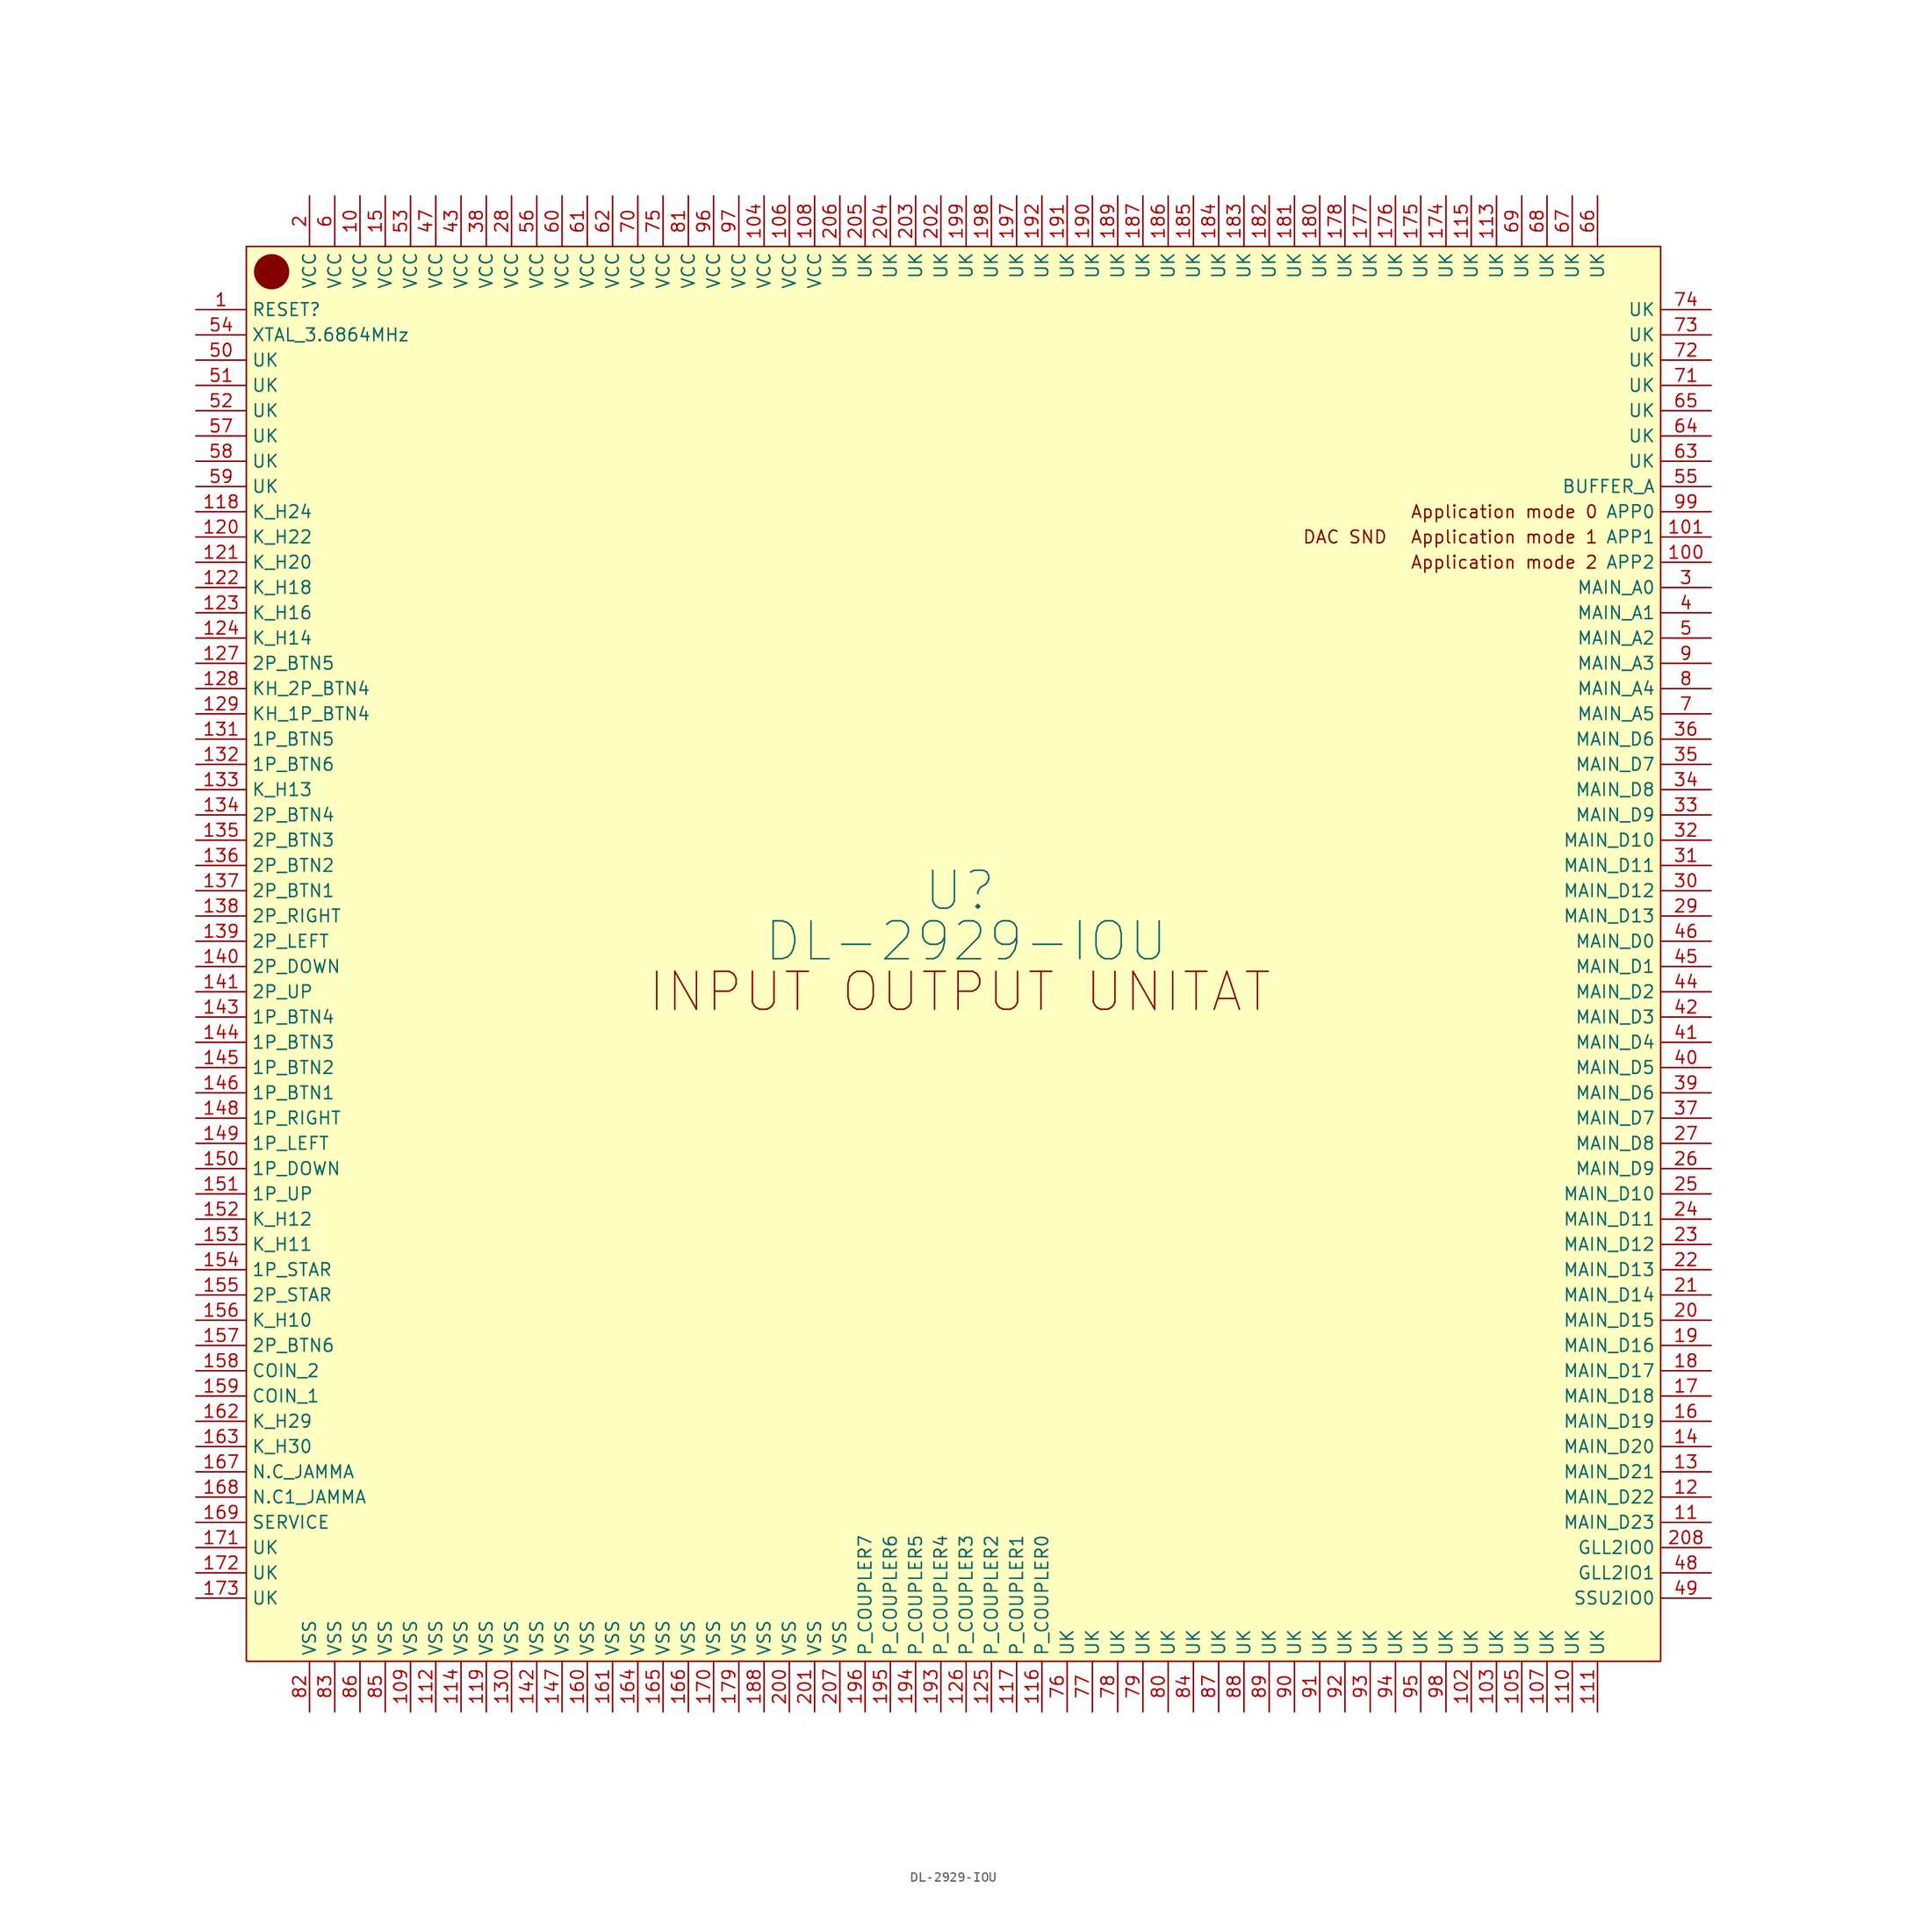
<source format=kicad_sym>
(kicad_symbol_lib
  (version 20211014)
  (generator kicad_symbol_editor)
  (symbol "DL-2929-IOU"
    (property "Reference" "U"
      (at -0.635 5.08 0)
      (effects (font (size 3.81 3.81))))
    (property "Value" "DL-2929-IOU"
      (at 0 0 0)
      (effects (font (size 3.81 3.81))))
    (symbol "DL-2929-IOU_0_0"
      (circle (center -69.85 67.31) (radius 0.0001) (stroke (width 1.778) (type default) (color 0 0 0 0)) (fill (type none)))
      (text "Application mode 0 " (at 54.61 43.18 0) (effects (font (size 1.27 1.27))))
      (text "Application mode 1 " (at 54.61 40.64 0) (effects (font (size 1.27 1.27))))
      (text "Application mode 2 " (at 54.61 38.1 0) (effects (font (size 1.27 1.27))))
      (text "DAC SND" (at 38.1 40.64 0) (effects (font (size 1.27 1.27))))
      (text "INPUT OUTPUT UNITAT" (at -0.635 -5.08 0) (effects (font (size 3.81 3.81)))))
    (symbol "DL-2929-IOU_0_1"
      (rectangle (start -72.39 69.85) (end 69.85 -72.39) (stroke (width 0) (type default) (color 0 0 0 0)) (fill (type background))))
    (symbol "DL-2929-IOU_1_1"
      (pin input line (at -77.47 63.5 0) (length 5.08) (name "RESET?" (effects (font (size 1.27 1.27)))) (number "1" (effects (font (size 1.27 1.27)))))
      (pin input line (at -60.96 74.93 270) (length 5.08) (name "VCC" (effects (font (size 1.27 1.27)))) (number "10" (effects (font (size 1.27 1.27)))))
      (pin output line (at 74.93 38.1 180) (length 5.08) (name "APP2" (effects (font (size 1.27 1.27)))) (number "100" (effects (font (size 1.27 1.27)))))
      (pin output line (at 74.93 40.64 180) (length 5.08) (name "APP1" (effects (font (size 1.27 1.27)))) (number "101" (effects (font (size 1.27 1.27)))))
      (pin input line (at 50.8 -77.47 90) (length 5.08) (name "UK" (effects (font (size 1.27 1.27)))) (number "102" (effects (font (size 1.27 1.27)))))
      (pin input line (at 53.34 -77.47 90) (length 5.08) (name "UK" (effects (font (size 1.27 1.27)))) (number "103" (effects (font (size 1.27 1.27)))))
      (pin input line (at -20.32 74.93 270) (length 5.08) (name "VCC" (effects (font (size 1.27 1.27)))) (number "104" (effects (font (size 1.27 1.27)))))
      (pin input line (at 55.88 -77.47 90) (length 5.08) (name "UK" (effects (font (size 1.27 1.27)))) (number "105" (effects (font (size 1.27 1.27)))))
      (pin input line (at -17.78 74.93 270) (length 5.08) (name "VCC" (effects (font (size 1.27 1.27)))) (number "106" (effects (font (size 1.27 1.27)))))
      (pin input line (at 58.42 -77.47 90) (length 5.08) (name "UK" (effects (font (size 1.27 1.27)))) (number "107" (effects (font (size 1.27 1.27)))))
      (pin input line (at -15.24 74.93 270) (length 5.08) (name "VCC" (effects (font (size 1.27 1.27)))) (number "108" (effects (font (size 1.27 1.27)))))
      (pin input line (at -55.88 -77.47 90) (length 5.08) (name "VSS" (effects (font (size 1.27 1.27)))) (number "109" (effects (font (size 1.27 1.27)))))
      (pin bidirectional line (at 74.93 -58.42 180) (length 5.08) (name "MAIN_D23" (effects (font (size 1.27 1.27)))) (number "11" (effects (font (size 1.27 1.27)))))
      (pin input line (at 60.96 -77.47 90) (length 5.08) (name "UK" (effects (font (size 1.27 1.27)))) (number "110" (effects (font (size 1.27 1.27)))))
      (pin input line (at 63.5 -77.47 90) (length 5.08) (name "UK" (effects (font (size 1.27 1.27)))) (number "111" (effects (font (size 1.27 1.27)))))
      (pin input line (at -53.34 -77.47 90) (length 5.08) (name "VSS" (effects (font (size 1.27 1.27)))) (number "112" (effects (font (size 1.27 1.27)))))
      (pin input line (at 53.34 74.93 270) (length 5.08) (name "UK" (effects (font (size 1.27 1.27)))) (number "113" (effects (font (size 1.27 1.27)))))
      (pin input line (at -50.8 -77.47 90) (length 5.08) (name "VSS" (effects (font (size 1.27 1.27)))) (number "114" (effects (font (size 1.27 1.27)))))
      (pin input line (at 50.8 74.93 270) (length 5.08) (name "UK" (effects (font (size 1.27 1.27)))) (number "115" (effects (font (size 1.27 1.27)))))
      (pin output line (at 7.62 -77.47 90) (length 5.08) (name "P_COUPLER0" (effects (font (size 1.27 1.27)))) (number "116" (effects (font (size 1.27 1.27)))))
      (pin output line (at 5.08 -77.47 90) (length 5.08) (name "P_COUPLER1" (effects (font (size 1.27 1.27)))) (number "117" (effects (font (size 1.27 1.27)))))
      (pin input line (at -77.47 43.18 0) (length 5.08) (name "K_H24" (effects (font (size 1.27 1.27)))) (number "118" (effects (font (size 1.27 1.27)))))
      (pin input line (at -48.26 -77.47 90) (length 5.08) (name "VSS" (effects (font (size 1.27 1.27)))) (number "119" (effects (font (size 1.27 1.27)))))
      (pin bidirectional line (at 74.93 -55.88 180) (length 5.08) (name "MAIN_D22" (effects (font (size 1.27 1.27)))) (number "12" (effects (font (size 1.27 1.27)))))
      (pin input line (at -77.47 40.64 0) (length 5.08) (name "K_H22" (effects (font (size 1.27 1.27)))) (number "120" (effects (font (size 1.27 1.27)))))
      (pin input line (at -77.47 38.1 0) (length 5.08) (name "K_H20" (effects (font (size 1.27 1.27)))) (number "121" (effects (font (size 1.27 1.27)))))
      (pin input line (at -77.47 35.56 0) (length 5.08) (name "K_H18" (effects (font (size 1.27 1.27)))) (number "122" (effects (font (size 1.27 1.27)))))
      (pin input line (at -77.47 33.02 0) (length 5.08) (name "K_H16" (effects (font (size 1.27 1.27)))) (number "123" (effects (font (size 1.27 1.27)))))
      (pin input line (at -77.47 30.48 0) (length 5.08) (name "K_H14" (effects (font (size 1.27 1.27)))) (number "124" (effects (font (size 1.27 1.27)))))
      (pin output line (at 2.54 -77.47 90) (length 5.08) (name "P_COUPLER2" (effects (font (size 1.27 1.27)))) (number "125" (effects (font (size 1.27 1.27)))))
      (pin output line (at 0 -77.47 90) (length 5.08) (name "P_COUPLER3" (effects (font (size 1.27 1.27)))) (number "126" (effects (font (size 1.27 1.27)))))
      (pin input line (at -77.47 27.94 0) (length 5.08) (name "2P_BTN5" (effects (font (size 1.27 1.27)))) (number "127" (effects (font (size 1.27 1.27)))))
      (pin input line (at -77.47 25.4 0) (length 5.08) (name "KH_2P_BTN4" (effects (font (size 1.27 1.27)))) (number "128" (effects (font (size 1.27 1.27)))))
      (pin input line (at -77.47 22.86 0) (length 5.08) (name "KH_1P_BTN4" (effects (font (size 1.27 1.27)))) (number "129" (effects (font (size 1.27 1.27)))))
      (pin bidirectional line (at 74.93 -53.34 180) (length 5.08) (name "MAIN_D21" (effects (font (size 1.27 1.27)))) (number "13" (effects (font (size 1.27 1.27)))))
      (pin input line (at -45.72 -77.47 90) (length 5.08) (name "VSS" (effects (font (size 1.27 1.27)))) (number "130" (effects (font (size 1.27 1.27)))))
      (pin input line (at -77.47 20.32 0) (length 5.08) (name "1P_BTN5" (effects (font (size 1.27 1.27)))) (number "131" (effects (font (size 1.27 1.27)))))
      (pin input line (at -77.47 17.78 0) (length 5.08) (name "1P_BTN6" (effects (font (size 1.27 1.27)))) (number "132" (effects (font (size 1.27 1.27)))))
      (pin input line (at -77.47 15.24 0) (length 5.08) (name "K_H13" (effects (font (size 1.27 1.27)))) (number "133" (effects (font (size 1.27 1.27)))))
      (pin input line (at -77.47 12.7 0) (length 5.08) (name "2P_BTN4" (effects (font (size 1.27 1.27)))) (number "134" (effects (font (size 1.27 1.27)))))
      (pin input line (at -77.47 10.16 0) (length 5.08) (name "2P_BTN3" (effects (font (size 1.27 1.27)))) (number "135" (effects (font (size 1.27 1.27)))))
      (pin input line (at -77.47 7.62 0) (length 5.08) (name "2P_BTN2" (effects (font (size 1.27 1.27)))) (number "136" (effects (font (size 1.27 1.27)))))
      (pin input line (at -77.47 5.08 0) (length 5.08) (name "2P_BTN1" (effects (font (size 1.27 1.27)))) (number "137" (effects (font (size 1.27 1.27)))))
      (pin input line (at -77.47 2.54 0) (length 5.08) (name "2P_RIGHT" (effects (font (size 1.27 1.27)))) (number "138" (effects (font (size 1.27 1.27)))))
      (pin input line (at -77.47 0 0) (length 5.08) (name "2P_LEFT" (effects (font (size 1.27 1.27)))) (number "139" (effects (font (size 1.27 1.27)))))
      (pin bidirectional line (at 74.93 -50.8 180) (length 5.08) (name "MAIN_D20" (effects (font (size 1.27 1.27)))) (number "14" (effects (font (size 1.27 1.27)))))
      (pin input line (at -77.47 -2.54 0) (length 5.08) (name "2P_DOWN" (effects (font (size 1.27 1.27)))) (number "140" (effects (font (size 1.27 1.27)))))
      (pin input line (at -77.47 -5.08 0) (length 5.08) (name "2P_UP" (effects (font (size 1.27 1.27)))) (number "141" (effects (font (size 1.27 1.27)))))
      (pin input line (at -43.18 -77.47 90) (length 5.08) (name "VSS" (effects (font (size 1.27 1.27)))) (number "142" (effects (font (size 1.27 1.27)))))
      (pin input line (at -77.47 -7.62 0) (length 5.08) (name "1P_BTN4" (effects (font (size 1.27 1.27)))) (number "143" (effects (font (size 1.27 1.27)))))
      (pin input line (at -77.47 -10.16 0) (length 5.08) (name "1P_BTN3" (effects (font (size 1.27 1.27)))) (number "144" (effects (font (size 1.27 1.27)))))
      (pin input line (at -77.47 -12.7 0) (length 5.08) (name "1P_BTN2" (effects (font (size 1.27 1.27)))) (number "145" (effects (font (size 1.27 1.27)))))
      (pin input line (at -77.47 -15.24 0) (length 5.08) (name "1P_BTN1" (effects (font (size 1.27 1.27)))) (number "146" (effects (font (size 1.27 1.27)))))
      (pin input line (at -40.64 -77.47 90) (length 5.08) (name "VSS" (effects (font (size 1.27 1.27)))) (number "147" (effects (font (size 1.27 1.27)))))
      (pin input line (at -77.47 -17.78 0) (length 5.08) (name "1P_RIGHT" (effects (font (size 1.27 1.27)))) (number "148" (effects (font (size 1.27 1.27)))))
      (pin input line (at -77.47 -20.32 0) (length 5.08) (name "1P_LEFT" (effects (font (size 1.27 1.27)))) (number "149" (effects (font (size 1.27 1.27)))))
      (pin input line (at -58.42 74.93 270) (length 5.08) (name "VCC" (effects (font (size 1.27 1.27)))) (number "15" (effects (font (size 1.27 1.27)))))
      (pin input line (at -77.47 -22.86 0) (length 5.08) (name "1P_DOWN" (effects (font (size 1.27 1.27)))) (number "150" (effects (font (size 1.27 1.27)))))
      (pin input line (at -77.47 -25.4 0) (length 5.08) (name "1P_UP" (effects (font (size 1.27 1.27)))) (number "151" (effects (font (size 1.27 1.27)))))
      (pin input line (at -77.47 -27.94 0) (length 5.08) (name "K_H12" (effects (font (size 1.27 1.27)))) (number "152" (effects (font (size 1.27 1.27)))))
      (pin input line (at -77.47 -30.48 0) (length 5.08) (name "K_H11" (effects (font (size 1.27 1.27)))) (number "153" (effects (font (size 1.27 1.27)))))
      (pin input line (at -77.47 -33.02 0) (length 5.08) (name "1P_STAR" (effects (font (size 1.27 1.27)))) (number "154" (effects (font (size 1.27 1.27)))))
      (pin input line (at -77.47 -35.56 0) (length 5.08) (name "2P_STAR" (effects (font (size 1.27 1.27)))) (number "155" (effects (font (size 1.27 1.27)))))
      (pin input line (at -77.47 -38.1 0) (length 5.08) (name "K_H10" (effects (font (size 1.27 1.27)))) (number "156" (effects (font (size 1.27 1.27)))))
      (pin input line (at -77.47 -40.64 0) (length 5.08) (name "2P_BTN6" (effects (font (size 1.27 1.27)))) (number "157" (effects (font (size 1.27 1.27)))))
      (pin input line (at -77.47 -43.18 0) (length 5.08) (name "COIN_2" (effects (font (size 1.27 1.27)))) (number "158" (effects (font (size 1.27 1.27)))))
      (pin input line (at -77.47 -45.72 0) (length 5.08) (name "COIN_1" (effects (font (size 1.27 1.27)))) (number "159" (effects (font (size 1.27 1.27)))))
      (pin bidirectional line (at 74.93 -48.26 180) (length 5.08) (name "MAIN_D19" (effects (font (size 1.27 1.27)))) (number "16" (effects (font (size 1.27 1.27)))))
      (pin input line (at -38.1 -77.47 90) (length 5.08) (name "VSS" (effects (font (size 1.27 1.27)))) (number "160" (effects (font (size 1.27 1.27)))))
      (pin input line (at -35.56 -77.47 90) (length 5.08) (name "VSS" (effects (font (size 1.27 1.27)))) (number "161" (effects (font (size 1.27 1.27)))))
      (pin input line (at -77.47 -48.26 0) (length 5.08) (name "K_H29" (effects (font (size 1.27 1.27)))) (number "162" (effects (font (size 1.27 1.27)))))
      (pin input line (at -77.47 -50.8 0) (length 5.08) (name "K_H30" (effects (font (size 1.27 1.27)))) (number "163" (effects (font (size 1.27 1.27)))))
      (pin input line (at -33.02 -77.47 90) (length 5.08) (name "VSS" (effects (font (size 1.27 1.27)))) (number "164" (effects (font (size 1.27 1.27)))))
      (pin input line (at -30.48 -77.47 90) (length 5.08) (name "VSS" (effects (font (size 1.27 1.27)))) (number "165" (effects (font (size 1.27 1.27)))))
      (pin input line (at -27.94 -77.47 90) (length 5.08) (name "VSS" (effects (font (size 1.27 1.27)))) (number "166" (effects (font (size 1.27 1.27)))))
      (pin input line (at -77.47 -53.34 0) (length 5.08) (name "N.C_JAMMA" (effects (font (size 1.27 1.27)))) (number "167" (effects (font (size 1.27 1.27)))))
      (pin input line (at -77.47 -55.88 0) (length 5.08) (name "N.C1_JAMMA" (effects (font (size 1.27 1.27)))) (number "168" (effects (font (size 1.27 1.27)))))
      (pin input line (at -77.47 -58.42 0) (length 5.08) (name "SERVICE" (effects (font (size 1.27 1.27)))) (number "169" (effects (font (size 1.27 1.27)))))
      (pin bidirectional line (at 74.93 -45.72 180) (length 5.08) (name "MAIN_D18" (effects (font (size 1.27 1.27)))) (number "17" (effects (font (size 1.27 1.27)))))
      (pin input line (at -25.4 -77.47 90) (length 5.08) (name "VSS" (effects (font (size 1.27 1.27)))) (number "170" (effects (font (size 1.27 1.27)))))
      (pin input line (at -77.47 -60.96 0) (length 5.08) (name "UK" (effects (font (size 1.27 1.27)))) (number "171" (effects (font (size 1.27 1.27)))))
      (pin input line (at -77.47 -63.5 0) (length 5.08) (name "UK" (effects (font (size 1.27 1.27)))) (number "172" (effects (font (size 1.27 1.27)))))
      (pin input line (at -77.47 -66.04 0) (length 5.08) (name "UK" (effects (font (size 1.27 1.27)))) (number "173" (effects (font (size 1.27 1.27)))))
      (pin input line (at 48.26 74.93 270) (length 5.08) (name "UK" (effects (font (size 1.27 1.27)))) (number "174" (effects (font (size 1.27 1.27)))))
      (pin input line (at 45.72 74.93 270) (length 5.08) (name "UK" (effects (font (size 1.27 1.27)))) (number "175" (effects (font (size 1.27 1.27)))))
      (pin input line (at 43.18 74.93 270) (length 5.08) (name "UK" (effects (font (size 1.27 1.27)))) (number "176" (effects (font (size 1.27 1.27)))))
      (pin input line (at 40.64 74.93 270) (length 5.08) (name "UK" (effects (font (size 1.27 1.27)))) (number "177" (effects (font (size 1.27 1.27)))))
      (pin input line (at 38.1 74.93 270) (length 5.08) (name "UK" (effects (font (size 1.27 1.27)))) (number "178" (effects (font (size 1.27 1.27)))))
      (pin input line (at -22.86 -77.47 90) (length 5.08) (name "VSS" (effects (font (size 1.27 1.27)))) (number "179" (effects (font (size 1.27 1.27)))))
      (pin bidirectional line (at 74.93 -43.18 180) (length 5.08) (name "MAIN_D17" (effects (font (size 1.27 1.27)))) (number "18" (effects (font (size 1.27 1.27)))))
      (pin input line (at 35.56 74.93 270) (length 5.08) (name "UK" (effects (font (size 1.27 1.27)))) (number "180" (effects (font (size 1.27 1.27)))))
      (pin input line (at 33.02 74.93 270) (length 5.08) (name "UK" (effects (font (size 1.27 1.27)))) (number "181" (effects (font (size 1.27 1.27)))))
      (pin input line (at 30.48 74.93 270) (length 5.08) (name "UK" (effects (font (size 1.27 1.27)))) (number "182" (effects (font (size 1.27 1.27)))))
      (pin input line (at 27.94 74.93 270) (length 5.08) (name "UK" (effects (font (size 1.27 1.27)))) (number "183" (effects (font (size 1.27 1.27)))))
      (pin input line (at 25.4 74.93 270) (length 5.08) (name "UK" (effects (font (size 1.27 1.27)))) (number "184" (effects (font (size 1.27 1.27)))))
      (pin input line (at 22.86 74.93 270) (length 5.08) (name "UK" (effects (font (size 1.27 1.27)))) (number "185" (effects (font (size 1.27 1.27)))))
      (pin input line (at 20.32 74.93 270) (length 5.08) (name "UK" (effects (font (size 1.27 1.27)))) (number "186" (effects (font (size 1.27 1.27)))))
      (pin input line (at 17.78 74.93 270) (length 5.08) (name "UK" (effects (font (size 1.27 1.27)))) (number "187" (effects (font (size 1.27 1.27)))))
      (pin input line (at -20.32 -77.47 90) (length 5.08) (name "VSS" (effects (font (size 1.27 1.27)))) (number "188" (effects (font (size 1.27 1.27)))))
      (pin input line (at 15.24 74.93 270) (length 5.08) (name "UK" (effects (font (size 1.27 1.27)))) (number "189" (effects (font (size 1.27 1.27)))))
      (pin bidirectional line (at 74.93 -40.64 180) (length 5.08) (name "MAIN_D16" (effects (font (size 1.27 1.27)))) (number "19" (effects (font (size 1.27 1.27)))))
      (pin input line (at 12.7 74.93 270) (length 5.08) (name "UK" (effects (font (size 1.27 1.27)))) (number "190" (effects (font (size 1.27 1.27)))))
      (pin input line (at 10.16 74.93 270) (length 5.08) (name "UK" (effects (font (size 1.27 1.27)))) (number "191" (effects (font (size 1.27 1.27)))))
      (pin input line (at 7.62 74.93 270) (length 5.08) (name "UK" (effects (font (size 1.27 1.27)))) (number "192" (effects (font (size 1.27 1.27)))))
      (pin output line (at -2.54 -77.47 90) (length 5.08) (name "P_COUPLER4" (effects (font (size 1.27 1.27)))) (number "193" (effects (font (size 1.27 1.27)))))
      (pin output line (at -5.08 -77.47 90) (length 5.08) (name "P_COUPLER5" (effects (font (size 1.27 1.27)))) (number "194" (effects (font (size 1.27 1.27)))))
      (pin output line (at -7.62 -77.47 90) (length 5.08) (name "P_COUPLER6" (effects (font (size 1.27 1.27)))) (number "195" (effects (font (size 1.27 1.27)))))
      (pin output line (at -10.16 -77.47 90) (length 5.08) (name "P_COUPLER7" (effects (font (size 1.27 1.27)))) (number "196" (effects (font (size 1.27 1.27)))))
      (pin input line (at 5.08 74.93 270) (length 5.08) (name "UK" (effects (font (size 1.27 1.27)))) (number "197" (effects (font (size 1.27 1.27)))))
      (pin input line (at 2.54 74.93 270) (length 5.08) (name "UK" (effects (font (size 1.27 1.27)))) (number "198" (effects (font (size 1.27 1.27)))))
      (pin input line (at 0 74.93 270) (length 5.08) (name "UK" (effects (font (size 1.27 1.27)))) (number "199" (effects (font (size 1.27 1.27)))))
      (pin input line (at -66.04 74.93 270) (length 5.08) (name "VCC" (effects (font (size 1.27 1.27)))) (number "2" (effects (font (size 1.27 1.27)))))
      (pin bidirectional line (at 74.93 -38.1 180) (length 5.08) (name "MAIN_D15" (effects (font (size 1.27 1.27)))) (number "20" (effects (font (size 1.27 1.27)))))
      (pin input line (at -17.78 -77.47 90) (length 5.08) (name "VSS" (effects (font (size 1.27 1.27)))) (number "200" (effects (font (size 1.27 1.27)))))
      (pin input line (at -15.24 -77.47 90) (length 5.08) (name "VSS" (effects (font (size 1.27 1.27)))) (number "201" (effects (font (size 1.27 1.27)))))
      (pin input line (at -2.54 74.93 270) (length 5.08) (name "UK" (effects (font (size 1.27 1.27)))) (number "202" (effects (font (size 1.27 1.27)))))
      (pin input line (at -5.08 74.93 270) (length 5.08) (name "UK" (effects (font (size 1.27 1.27)))) (number "203" (effects (font (size 1.27 1.27)))))
      (pin input line (at -7.62 74.93 270) (length 5.08) (name "UK" (effects (font (size 1.27 1.27)))) (number "204" (effects (font (size 1.27 1.27)))))
      (pin input line (at -10.16 74.93 270) (length 5.08) (name "UK" (effects (font (size 1.27 1.27)))) (number "205" (effects (font (size 1.27 1.27)))))
      (pin input line (at -12.7 74.93 270) (length 5.08) (name "UK" (effects (font (size 1.27 1.27)))) (number "206" (effects (font (size 1.27 1.27)))))
      (pin input line (at -12.7 -77.47 90) (length 5.08) (name "VSS" (effects (font (size 1.27 1.27)))) (number "207" (effects (font (size 1.27 1.27)))))
      (pin bidirectional line (at 74.93 -60.96 180) (length 5.08) (name "GLL2IO0" (effects (font (size 1.27 1.27)))) (number "208" (effects (font (size 1.27 1.27)))))
      (pin bidirectional line (at 74.93 -35.56 180) (length 5.08) (name "MAIN_D14" (effects (font (size 1.27 1.27)))) (number "21" (effects (font (size 1.27 1.27)))))
      (pin bidirectional line (at 74.93 -33.02 180) (length 5.08) (name "MAIN_D13" (effects (font (size 1.27 1.27)))) (number "22" (effects (font (size 1.27 1.27)))))
      (pin bidirectional line (at 74.93 -30.48 180) (length 5.08) (name "MAIN_D12" (effects (font (size 1.27 1.27)))) (number "23" (effects (font (size 1.27 1.27)))))
      (pin bidirectional line (at 74.93 -27.94 180) (length 5.08) (name "MAIN_D11" (effects (font (size 1.27 1.27)))) (number "24" (effects (font (size 1.27 1.27)))))
      (pin bidirectional line (at 74.93 -25.4 180) (length 5.08) (name "MAIN_D10" (effects (font (size 1.27 1.27)))) (number "25" (effects (font (size 1.27 1.27)))))
      (pin bidirectional line (at 74.93 -22.86 180) (length 5.08) (name "MAIN_D9" (effects (font (size 1.27 1.27)))) (number "26" (effects (font (size 1.27 1.27)))))
      (pin bidirectional line (at 74.93 -20.32 180) (length 5.08) (name "MAIN_D8" (effects (font (size 1.27 1.27)))) (number "27" (effects (font (size 1.27 1.27)))))
      (pin input line (at -45.72 74.93 270) (length 5.08) (name "VCC" (effects (font (size 1.27 1.27)))) (number "28" (effects (font (size 1.27 1.27)))))
      (pin bidirectional line (at 74.93 2.54 180) (length 5.08) (name "MAIN_D13" (effects (font (size 1.27 1.27)))) (number "29" (effects (font (size 1.27 1.27)))))
      (pin bidirectional line (at 74.93 35.56 180) (length 5.08) (name "MAIN_A0" (effects (font (size 1.27 1.27)))) (number "3" (effects (font (size 1.27 1.27)))))
      (pin bidirectional line (at 74.93 5.08 180) (length 5.08) (name "MAIN_D12" (effects (font (size 1.27 1.27)))) (number "30" (effects (font (size 1.27 1.27)))))
      (pin bidirectional line (at 74.93 7.62 180) (length 5.08) (name "MAIN_D11" (effects (font (size 1.27 1.27)))) (number "31" (effects (font (size 1.27 1.27)))))
      (pin bidirectional line (at 74.93 10.16 180) (length 5.08) (name "MAIN_D10" (effects (font (size 1.27 1.27)))) (number "32" (effects (font (size 1.27 1.27)))))
      (pin bidirectional line (at 74.93 12.7 180) (length 5.08) (name "MAIN_D9" (effects (font (size 1.27 1.27)))) (number "33" (effects (font (size 1.27 1.27)))))
      (pin bidirectional line (at 74.93 15.24 180) (length 5.08) (name "MAIN_D8" (effects (font (size 1.27 1.27)))) (number "34" (effects (font (size 1.27 1.27)))))
      (pin bidirectional line (at 74.93 17.78 180) (length 5.08) (name "MAIN_D7" (effects (font (size 1.27 1.27)))) (number "35" (effects (font (size 1.27 1.27)))))
      (pin bidirectional line (at 74.93 20.32 180) (length 5.08) (name "MAIN_D6" (effects (font (size 1.27 1.27)))) (number "36" (effects (font (size 1.27 1.27)))))
      (pin bidirectional line (at 74.93 -17.78 180) (length 5.08) (name "MAIN_D7" (effects (font (size 1.27 1.27)))) (number "37" (effects (font (size 1.27 1.27)))))
      (pin input line (at -48.26 74.93 270) (length 5.08) (name "VCC" (effects (font (size 1.27 1.27)))) (number "38" (effects (font (size 1.27 1.27)))))
      (pin bidirectional line (at 74.93 -15.24 180) (length 5.08) (name "MAIN_D6" (effects (font (size 1.27 1.27)))) (number "39" (effects (font (size 1.27 1.27)))))
      (pin bidirectional line (at 74.93 33.02 180) (length 5.08) (name "MAIN_A1" (effects (font (size 1.27 1.27)))) (number "4" (effects (font (size 1.27 1.27)))))
      (pin bidirectional line (at 74.93 -12.7 180) (length 5.08) (name "MAIN_D5" (effects (font (size 1.27 1.27)))) (number "40" (effects (font (size 1.27 1.27)))))
      (pin bidirectional line (at 74.93 -10.16 180) (length 5.08) (name "MAIN_D4" (effects (font (size 1.27 1.27)))) (number "41" (effects (font (size 1.27 1.27)))))
      (pin bidirectional line (at 74.93 -7.62 180) (length 5.08) (name "MAIN_D3" (effects (font (size 1.27 1.27)))) (number "42" (effects (font (size 1.27 1.27)))))
      (pin input line (at -50.8 74.93 270) (length 5.08) (name "VCC" (effects (font (size 1.27 1.27)))) (number "43" (effects (font (size 1.27 1.27)))))
      (pin bidirectional line (at 74.93 -5.08 180) (length 5.08) (name "MAIN_D2" (effects (font (size 1.27 1.27)))) (number "44" (effects (font (size 1.27 1.27)))))
      (pin bidirectional line (at 74.93 -2.54 180) (length 5.08) (name "MAIN_D1" (effects (font (size 1.27 1.27)))) (number "45" (effects (font (size 1.27 1.27)))))
      (pin bidirectional line (at 74.93 0 180) (length 5.08) (name "MAIN_D0" (effects (font (size 1.27 1.27)))) (number "46" (effects (font (size 1.27 1.27)))))
      (pin input line (at -53.34 74.93 270) (length 5.08) (name "VCC" (effects (font (size 1.27 1.27)))) (number "47" (effects (font (size 1.27 1.27)))))
      (pin bidirectional line (at 74.93 -63.5 180) (length 5.08) (name "GLL2IO1" (effects (font (size 1.27 1.27)))) (number "48" (effects (font (size 1.27 1.27)))))
      (pin bidirectional line (at 74.93 -66.04 180) (length 5.08) (name "SSU2IO0" (effects (font (size 1.27 1.27)))) (number "49" (effects (font (size 1.27 1.27)))))
      (pin bidirectional line (at 74.93 30.48 180) (length 5.08) (name "MAIN_A2" (effects (font (size 1.27 1.27)))) (number "5" (effects (font (size 1.27 1.27)))))
      (pin input line (at -77.47 58.42 0) (length 5.08) (name "UK" (effects (font (size 1.27 1.27)))) (number "50" (effects (font (size 1.27 1.27)))))
      (pin input line (at -77.47 55.88 0) (length 5.08) (name "UK" (effects (font (size 1.27 1.27)))) (number "51" (effects (font (size 1.27 1.27)))))
      (pin input line (at -77.47 53.34 0) (length 5.08) (name "UK" (effects (font (size 1.27 1.27)))) (number "52" (effects (font (size 1.27 1.27)))))
      (pin input line (at -55.88 74.93 270) (length 5.08) (name "VCC" (effects (font (size 1.27 1.27)))) (number "53" (effects (font (size 1.27 1.27)))))
      (pin input line (at -77.47 60.96 0) (length 5.08) (name "XTAL_3.6864MHz" (effects (font (size 1.27 1.27)))) (number "54" (effects (font (size 1.27 1.27)))))
      (pin output line (at 74.93 45.72 180) (length 5.08) (name "BUFFER_A" (effects (font (size 1.27 1.27)))) (number "55" (effects (font (size 1.27 1.27)))))
      (pin input line (at -43.18 74.93 270) (length 5.08) (name "VCC" (effects (font (size 1.27 1.27)))) (number "56" (effects (font (size 1.27 1.27)))))
      (pin input line (at -77.47 50.8 0) (length 5.08) (name "UK" (effects (font (size 1.27 1.27)))) (number "57" (effects (font (size 1.27 1.27)))))
      (pin input line (at -77.47 48.26 0) (length 5.08) (name "UK" (effects (font (size 1.27 1.27)))) (number "58" (effects (font (size 1.27 1.27)))))
      (pin input line (at -77.47 45.72 0) (length 5.08) (name "UK" (effects (font (size 1.27 1.27)))) (number "59" (effects (font (size 1.27 1.27)))))
      (pin input line (at -63.5 74.93 270) (length 5.08) (name "VCC" (effects (font (size 1.27 1.27)))) (number "6" (effects (font (size 1.27 1.27)))))
      (pin input line (at -40.64 74.93 270) (length 5.08) (name "VCC" (effects (font (size 1.27 1.27)))) (number "60" (effects (font (size 1.27 1.27)))))
      (pin input line (at -38.1 74.93 270) (length 5.08) (name "VCC" (effects (font (size 1.27 1.27)))) (number "61" (effects (font (size 1.27 1.27)))))
      (pin input line (at -35.56 74.93 270) (length 5.08) (name "VCC" (effects (font (size 1.27 1.27)))) (number "62" (effects (font (size 1.27 1.27)))))
      (pin input line (at 74.93 48.26 180) (length 5.08) (name "UK" (effects (font (size 1.27 1.27)))) (number "63" (effects (font (size 1.27 1.27)))))
      (pin input line (at 74.93 50.8 180) (length 5.08) (name "UK" (effects (font (size 1.27 1.27)))) (number "64" (effects (font (size 1.27 1.27)))))
      (pin input line (at 74.93 53.34 180) (length 5.08) (name "UK" (effects (font (size 1.27 1.27)))) (number "65" (effects (font (size 1.27 1.27)))))
      (pin input line (at 63.5 74.93 270) (length 5.08) (name "UK" (effects (font (size 1.27 1.27)))) (number "66" (effects (font (size 1.27 1.27)))))
      (pin input line (at 60.96 74.93 270) (length 5.08) (name "UK" (effects (font (size 1.27 1.27)))) (number "67" (effects (font (size 1.27 1.27)))))
      (pin input line (at 58.42 74.93 270) (length 5.08) (name "UK" (effects (font (size 1.27 1.27)))) (number "68" (effects (font (size 1.27 1.27)))))
      (pin input line (at 55.88 74.93 270) (length 5.08) (name "UK" (effects (font (size 1.27 1.27)))) (number "69" (effects (font (size 1.27 1.27)))))
      (pin bidirectional line (at 74.93 22.86 180) (length 5.08) (name "MAIN_A5" (effects (font (size 1.27 1.27)))) (number "7" (effects (font (size 1.27 1.27)))))
      (pin input line (at -33.02 74.93 270) (length 5.08) (name "VCC" (effects (font (size 1.27 1.27)))) (number "70" (effects (font (size 1.27 1.27)))))
      (pin input line (at 74.93 55.88 180) (length 5.08) (name "UK" (effects (font (size 1.27 1.27)))) (number "71" (effects (font (size 1.27 1.27)))))
      (pin input line (at 74.93 58.42 180) (length 5.08) (name "UK" (effects (font (size 1.27 1.27)))) (number "72" (effects (font (size 1.27 1.27)))))
      (pin input line (at 74.93 60.96 180) (length 5.08) (name "UK" (effects (font (size 1.27 1.27)))) (number "73" (effects (font (size 1.27 1.27)))))
      (pin input line (at 74.93 63.5 180) (length 5.08) (name "UK" (effects (font (size 1.27 1.27)))) (number "74" (effects (font (size 1.27 1.27)))))
      (pin input line (at -30.48 74.93 270) (length 5.08) (name "VCC" (effects (font (size 1.27 1.27)))) (number "75" (effects (font (size 1.27 1.27)))))
      (pin input line (at 10.16 -77.47 90) (length 5.08) (name "UK" (effects (font (size 1.27 1.27)))) (number "76" (effects (font (size 1.27 1.27)))))
      (pin input line (at 12.7 -77.47 90) (length 5.08) (name "UK" (effects (font (size 1.27 1.27)))) (number "77" (effects (font (size 1.27 1.27)))))
      (pin input line (at 15.24 -77.47 90) (length 5.08) (name "UK" (effects (font (size 1.27 1.27)))) (number "78" (effects (font (size 1.27 1.27)))))
      (pin input line (at 17.78 -77.47 90) (length 5.08) (name "UK" (effects (font (size 1.27 1.27)))) (number "79" (effects (font (size 1.27 1.27)))))
      (pin bidirectional line (at 74.93 25.4 180) (length 5.08) (name "MAIN_A4" (effects (font (size 1.27 1.27)))) (number "8" (effects (font (size 1.27 1.27)))))
      (pin input line (at 20.32 -77.47 90) (length 5.08) (name "UK" (effects (font (size 1.27 1.27)))) (number "80" (effects (font (size 1.27 1.27)))))
      (pin input line (at -27.94 74.93 270) (length 5.08) (name "VCC" (effects (font (size 1.27 1.27)))) (number "81" (effects (font (size 1.27 1.27)))))
      (pin input line (at -66.04 -77.47 90) (length 5.08) (name "VSS" (effects (font (size 1.27 1.27)))) (number "82" (effects (font (size 1.27 1.27)))))
      (pin input line (at -63.5 -77.47 90) (length 5.08) (name "VSS" (effects (font (size 1.27 1.27)))) (number "83" (effects (font (size 1.27 1.27)))))
      (pin input line (at 22.86 -77.47 90) (length 5.08) (name "UK" (effects (font (size 1.27 1.27)))) (number "84" (effects (font (size 1.27 1.27)))))
      (pin input line (at -58.42 -77.47 90) (length 5.08) (name "VSS" (effects (font (size 1.27 1.27)))) (number "85" (effects (font (size 1.27 1.27)))))
      (pin input line (at -60.96 -77.47 90) (length 5.08) (name "VSS" (effects (font (size 1.27 1.27)))) (number "86" (effects (font (size 1.27 1.27)))))
      (pin input line (at 25.4 -77.47 90) (length 5.08) (name "UK" (effects (font (size 1.27 1.27)))) (number "87" (effects (font (size 1.27 1.27)))))
      (pin input line (at 27.94 -77.47 90) (length 5.08) (name "UK" (effects (font (size 1.27 1.27)))) (number "88" (effects (font (size 1.27 1.27)))))
      (pin input line (at 30.48 -77.47 90) (length 5.08) (name "UK" (effects (font (size 1.27 1.27)))) (number "89" (effects (font (size 1.27 1.27)))))
      (pin bidirectional line (at 74.93 27.94 180) (length 5.08) (name "MAIN_A3" (effects (font (size 1.27 1.27)))) (number "9" (effects (font (size 1.27 1.27)))))
      (pin input line (at 33.02 -77.47 90) (length 5.08) (name "UK" (effects (font (size 1.27 1.27)))) (number "90" (effects (font (size 1.27 1.27)))))
      (pin input line (at 35.56 -77.47 90) (length 5.08) (name "UK" (effects (font (size 1.27 1.27)))) (number "91" (effects (font (size 1.27 1.27)))))
      (pin input line (at 38.1 -77.47 90) (length 5.08) (name "UK" (effects (font (size 1.27 1.27)))) (number "92" (effects (font (size 1.27 1.27)))))
      (pin input line (at 40.64 -77.47 90) (length 5.08) (name "UK" (effects (font (size 1.27 1.27)))) (number "93" (effects (font (size 1.27 1.27)))))
      (pin input line (at 43.18 -77.47 90) (length 5.08) (name "UK" (effects (font (size 1.27 1.27)))) (number "94" (effects (font (size 1.27 1.27)))))
      (pin input line (at 45.72 -77.47 90) (length 5.08) (name "UK" (effects (font (size 1.27 1.27)))) (number "95" (effects (font (size 1.27 1.27)))))
      (pin input line (at -25.4 74.93 270) (length 5.08) (name "VCC" (effects (font (size 1.27 1.27)))) (number "96" (effects (font (size 1.27 1.27)))))
      (pin input line (at -22.86 74.93 270) (length 5.08) (name "VCC" (effects (font (size 1.27 1.27)))) (number "97" (effects (font (size 1.27 1.27)))))
      (pin input line (at 48.26 -77.47 90) (length 5.08) (name "UK" (effects (font (size 1.27 1.27)))) (number "98" (effects (font (size 1.27 1.27)))))
      (pin output line (at 74.93 43.18 180) (length 5.08) (name "APP0" (effects (font (size 1.27 1.27)))) (number "99" (effects (font (size 1.27 1.27))))))))
</source>
